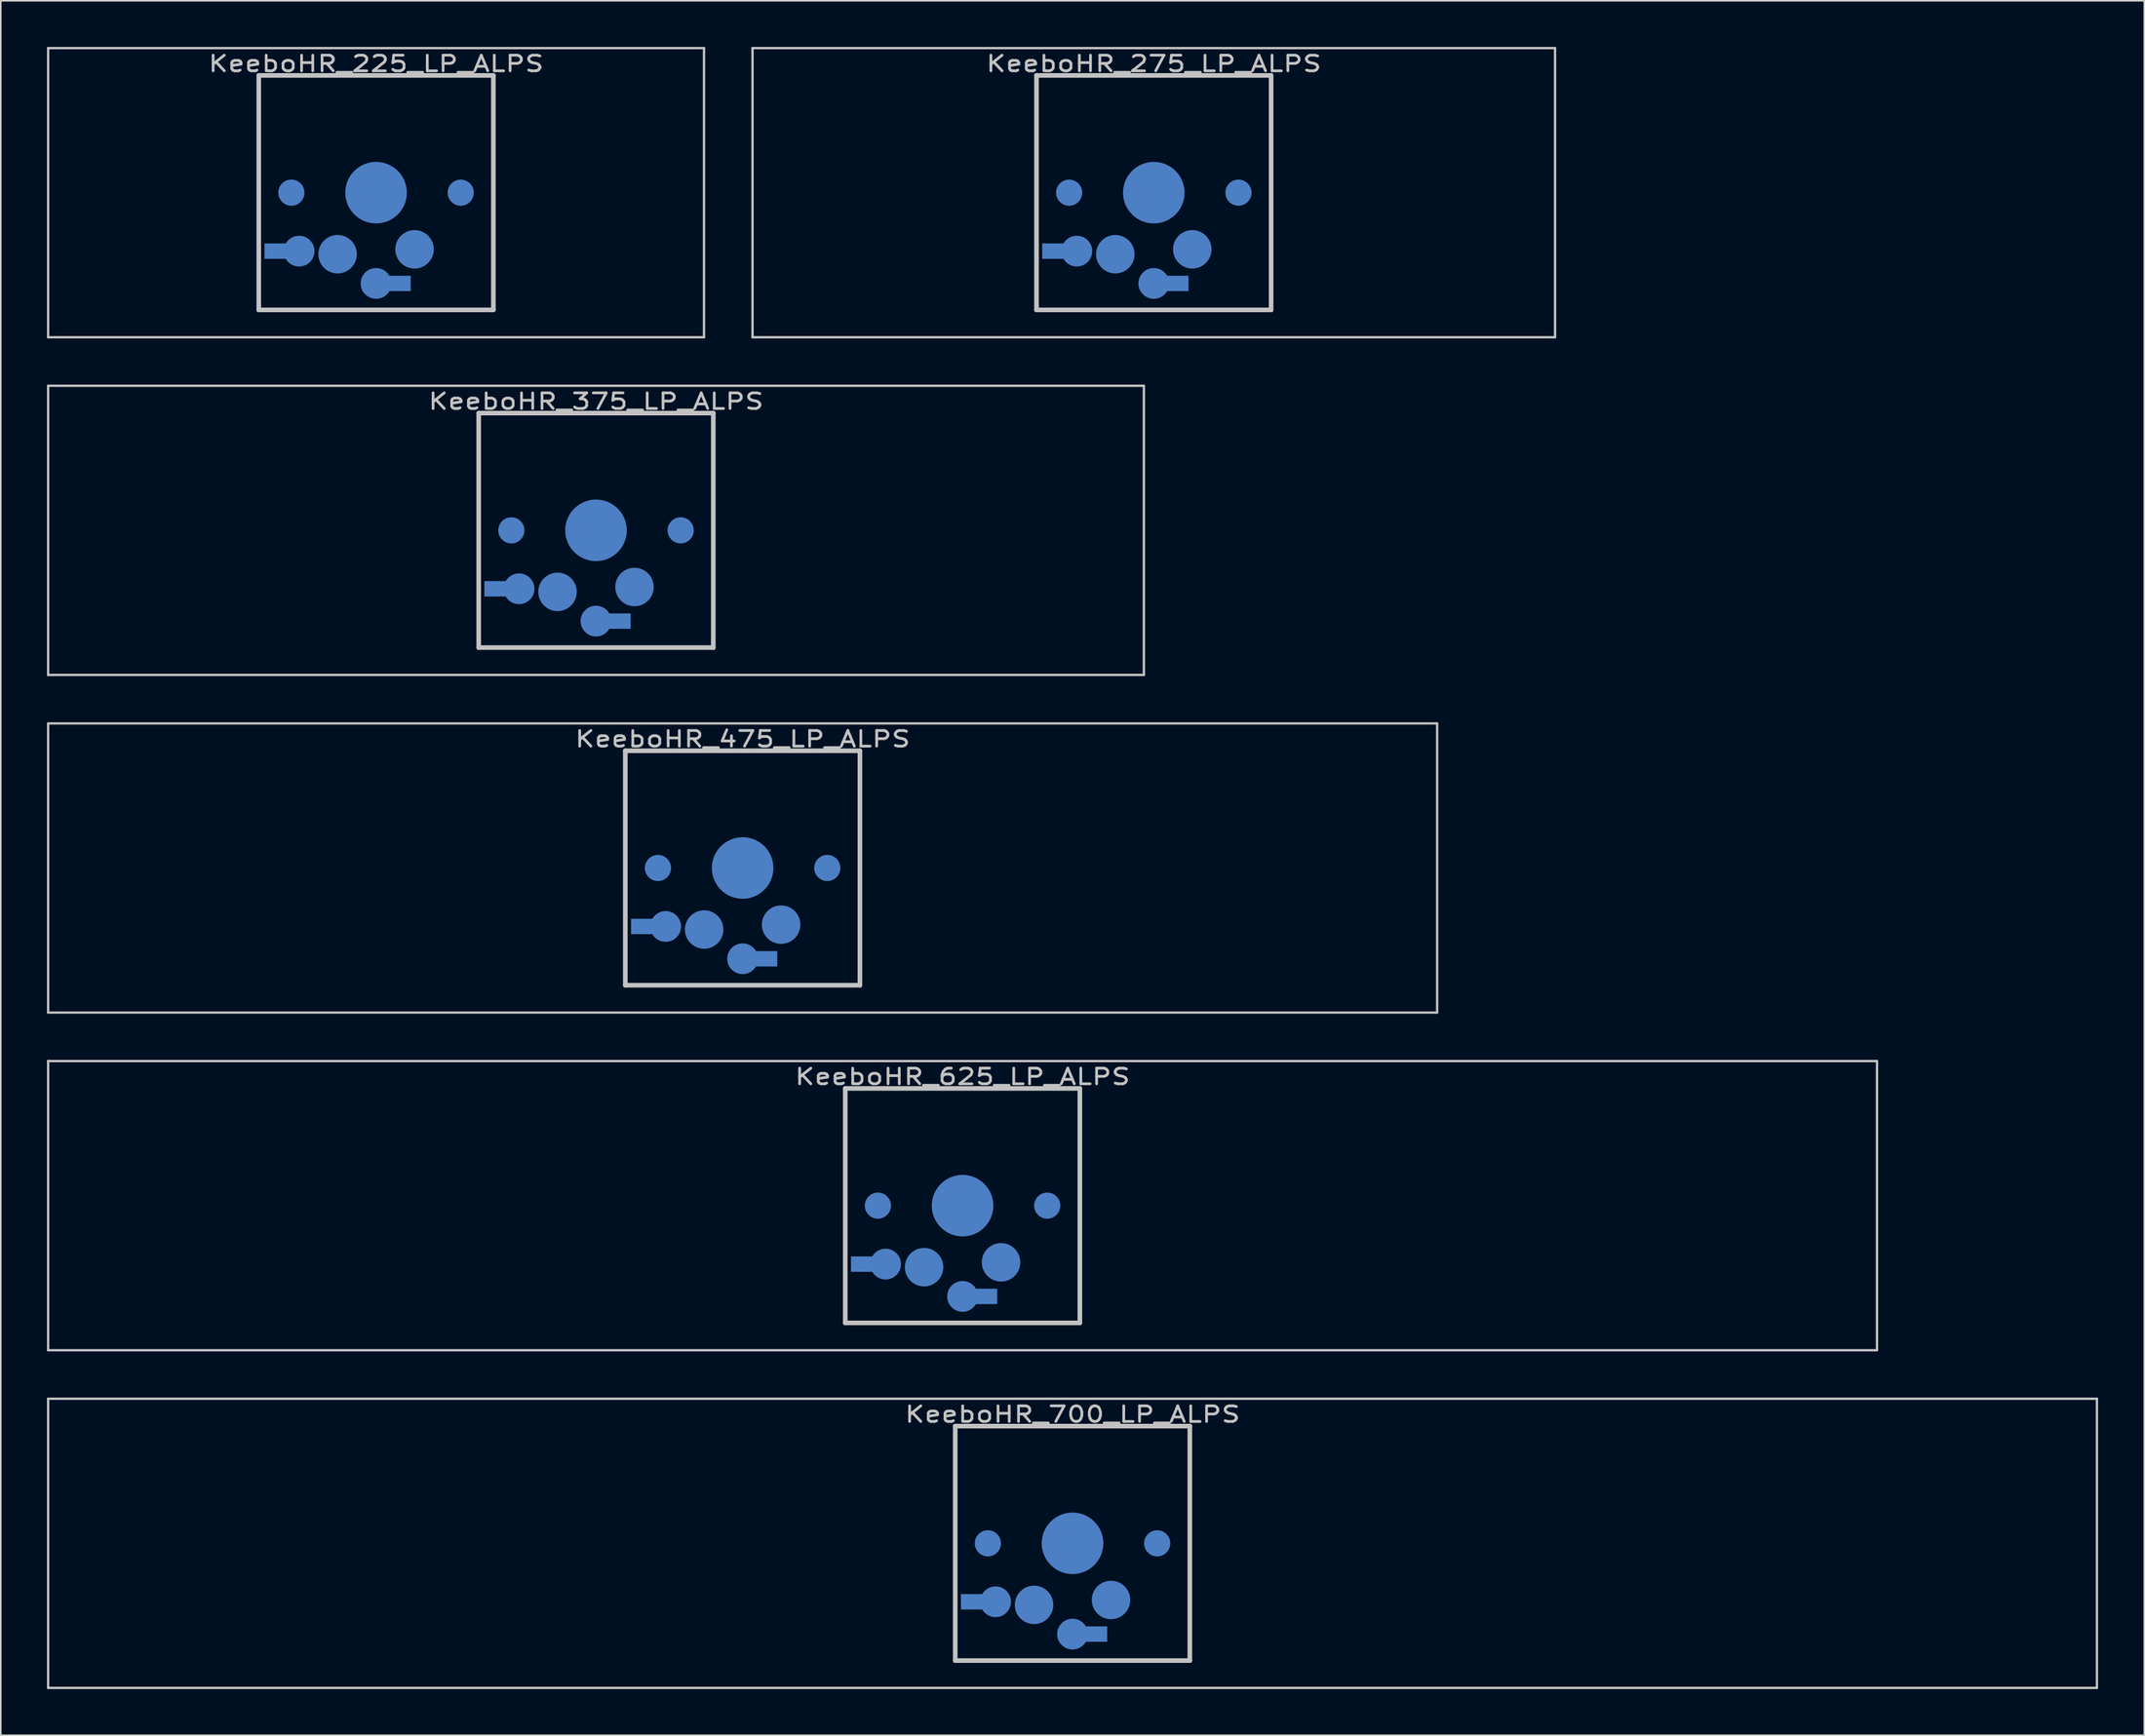
<source format=kicad_pcb>
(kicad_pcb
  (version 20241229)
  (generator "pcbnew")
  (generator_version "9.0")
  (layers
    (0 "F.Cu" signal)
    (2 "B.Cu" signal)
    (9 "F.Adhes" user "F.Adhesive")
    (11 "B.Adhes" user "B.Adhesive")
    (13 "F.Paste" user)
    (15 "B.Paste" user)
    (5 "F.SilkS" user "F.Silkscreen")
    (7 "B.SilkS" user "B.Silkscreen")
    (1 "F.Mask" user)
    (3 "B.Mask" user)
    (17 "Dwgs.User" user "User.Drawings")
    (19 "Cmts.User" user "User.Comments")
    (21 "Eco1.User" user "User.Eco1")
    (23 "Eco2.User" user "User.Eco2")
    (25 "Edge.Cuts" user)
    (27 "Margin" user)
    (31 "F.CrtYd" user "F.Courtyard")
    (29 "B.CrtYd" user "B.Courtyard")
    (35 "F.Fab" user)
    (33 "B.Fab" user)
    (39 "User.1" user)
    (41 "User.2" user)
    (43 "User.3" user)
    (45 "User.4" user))
  (footprint "KeeboHR_625_LP_ALPS"
    (layer "B.Cu")
    (at 59.48 75.319)
    (property "Reference" "KeeboHR_625_LP_ALPS" (at 0 -8.382 0) (layer "Dwgs.User") (effects (font (size 1.016 1.27) (thickness 0.178))))
    (attr through_hole)
    (fp_line (start -59.404 -9.398) (end 59.404 -9.398) (stroke (width 0.152) (type solid)) (layer "Dwgs.User"))
    (fp_line (start -59.404 9.398) (end -59.404 -9.398) (stroke (width 0.152) (type solid)) (layer "Dwgs.User"))
    (fp_line (start -7.62 -7.62) (end 7.62 -7.62) (stroke (width 0.3) (type solid)) (layer "Dwgs.User"))
    (fp_line (start -7.62 7.62) (end -7.62 -7.62) (stroke (width 0.3) (type solid)) (layer "Dwgs.User"))
    (fp_line (start 7.62 -7.62) (end 7.62 7.62) (stroke (width 0.3) (type solid)) (layer "Dwgs.User"))
    (fp_line (start 7.62 7.62) (end -7.62 7.62) (stroke (width 0.3) (type solid)) (layer "Dwgs.User"))
    (fp_line (start 59.404 -9.398) (end 59.404 9.398) (stroke (width 0.152) (type solid)) (layer "Dwgs.User"))
    (fp_line (start 59.404 9.398) (end -59.404 9.398) (stroke (width 0.152) (type solid)) (layer "Dwgs.User"))
    (pad "" smd circle (at -5.5 0) (size 1.7 1.7) (layers "B.Cu" "B.Mask"))
    (pad "" smd circle (at 0 0) (size 4 4) (layers "B.Cu" "B.Mask"))
    (pad "" smd circle (at 5.5 0) (size 1.7 1.7) (layers "B.Cu" "B.Mask"))
    (pad "1" smd circle (at 0 5.9) (size 2 2) (layers "B.Cu" "B.Mask"))
    (pad "1" smd rect (at 1.25 5.9) (size 2 1) (layers "B.Cu" "B.Mask"))
    (pad "1" smd circle (at 2.5 3.683) (size 2.5 2.5) (layers "B.Cu" "B.Mask"))
    (pad "2" smd rect (at -6.25 3.8) (size 2 1) (layers "B.Cu" "B.Mask"))
    (pad "2" smd circle (at -5 3.8) (size 2 2) (layers "B.Cu" "B.Mask"))
    (pad "2" smd circle (at -2.5 4) (size 2.5 2.5) (layers "B.Cu" "B.Mask")))
  (footprint "KeeboHR_475_LP_ALPS"
    (layer "B.Cu")
    (at 45.193 53.371)
    (property "Reference" "KeeboHR_475_LP_ALPS" (at 0 -8.382 0) (layer "Dwgs.User") (effects (font (size 1.016 1.27) (thickness 0.178))))
    (attr through_hole)
    (fp_line (start -45.117 -9.398) (end 45.117 -9.398) (stroke (width 0.152) (type solid)) (layer "Dwgs.User"))
    (fp_line (start -45.117 9.398) (end -45.117 -9.398) (stroke (width 0.152) (type solid)) (layer "Dwgs.User"))
    (fp_line (start -7.62 -7.62) (end 7.62 -7.62) (stroke (width 0.3) (type solid)) (layer "Dwgs.User"))
    (fp_line (start -7.62 7.62) (end -7.62 -7.62) (stroke (width 0.3) (type solid)) (layer "Dwgs.User"))
    (fp_line (start 7.62 -7.62) (end 7.62 7.62) (stroke (width 0.3) (type solid)) (layer "Dwgs.User"))
    (fp_line (start 7.62 7.62) (end -7.62 7.62) (stroke (width 0.3) (type solid)) (layer "Dwgs.User"))
    (fp_line (start 45.117 -9.398) (end 45.117 9.398) (stroke (width 0.152) (type solid)) (layer "Dwgs.User"))
    (fp_line (start 45.117 9.398) (end -45.117 9.398) (stroke (width 0.152) (type solid)) (layer "Dwgs.User"))
    (pad "" smd circle (at -5.5 0) (size 1.7 1.7) (layers "B.Cu" "B.Mask"))
    (pad "" smd circle (at 0 0) (size 4 4) (layers "B.Cu" "B.Mask"))
    (pad "" smd circle (at 5.5 0) (size 1.7 1.7) (layers "B.Cu" "B.Mask"))
    (pad "1" smd circle (at 0 5.9) (size 2 2) (layers "B.Cu" "B.Mask"))
    (pad "1" smd rect (at 1.25 5.9) (size 2 1) (layers "B.Cu" "B.Mask"))
    (pad "1" smd circle (at 2.5 3.683) (size 2.5 2.5) (layers "B.Cu" "B.Mask"))
    (pad "2" smd rect (at -6.25 3.8) (size 2 1) (layers "B.Cu" "B.Mask"))
    (pad "2" smd circle (at -5 3.8) (size 2 2) (layers "B.Cu" "B.Mask"))
    (pad "2" smd circle (at -2.5 4) (size 2.5 2.5) (layers "B.Cu" "B.Mask")))
  (footprint "KeeboHR_225_LP_ALPS"
    (layer "B.Cu")
    (at 21.38 9.474)
    (property "Reference" "KeeboHR_225_LP_ALPS" (at 0 -8.382 0) (layer "Dwgs.User") (effects (font (size 1.016 1.27) (thickness 0.178))))
    (attr through_hole)
    (fp_line (start -21.304 -9.398) (end 21.304 -9.398) (stroke (width 0.152) (type solid)) (layer "Dwgs.User"))
    (fp_line (start -21.304 9.398) (end -21.304 -9.398) (stroke (width 0.152) (type solid)) (layer "Dwgs.User"))
    (fp_line (start -7.62 -7.62) (end 7.62 -7.62) (stroke (width 0.3) (type solid)) (layer "Dwgs.User"))
    (fp_line (start -7.62 7.62) (end -7.62 -7.62) (stroke (width 0.3) (type solid)) (layer "Dwgs.User"))
    (fp_line (start 7.62 -7.62) (end 7.62 7.62) (stroke (width 0.3) (type solid)) (layer "Dwgs.User"))
    (fp_line (start 7.62 7.62) (end -7.62 7.62) (stroke (width 0.3) (type solid)) (layer "Dwgs.User"))
    (fp_line (start 21.304 -9.398) (end 21.304 9.398) (stroke (width 0.152) (type solid)) (layer "Dwgs.User"))
    (fp_line (start 21.304 9.398) (end -21.304 9.398) (stroke (width 0.152) (type solid)) (layer "Dwgs.User"))
    (pad "" smd circle (at -5.5 0) (size 1.7 1.7) (layers "B.Cu" "B.Mask"))
    (pad "" smd circle (at 0 0) (size 4 4) (layers "B.Cu" "B.Mask"))
    (pad "" smd circle (at 5.5 0) (size 1.7 1.7) (layers "B.Cu" "B.Mask"))
    (pad "1" smd circle (at 0 5.9) (size 2 2) (layers "B.Cu" "B.Mask"))
    (pad "1" smd rect (at 1.25 5.9) (size 2 1) (layers "B.Cu" "B.Mask"))
    (pad "1" smd circle (at 2.5 3.683) (size 2.5 2.5) (layers "B.Cu" "B.Mask"))
    (pad "2" smd rect (at -6.25 3.8) (size 2 1) (layers "B.Cu" "B.Mask"))
    (pad "2" smd circle (at -5 3.8) (size 2 2) (layers "B.Cu" "B.Mask"))
    (pad "2" smd circle (at -2.5 4) (size 2.5 2.5) (layers "B.Cu" "B.Mask")))
  (footprint "KeeboHR_375_LP_ALPS"
    (layer "B.Cu")
    (at 35.668 31.423)
    (property "Reference" "KeeboHR_375_LP_ALPS" (at 0 -8.382 0) (layer "Dwgs.User") (effects (font (size 1.016 1.27) (thickness 0.178))))
    (attr through_hole)
    (fp_line (start -35.592 -9.398) (end 35.592 -9.398) (stroke (width 0.152) (type solid)) (layer "Dwgs.User"))
    (fp_line (start -35.592 9.398) (end -35.592 -9.398) (stroke (width 0.152) (type solid)) (layer "Dwgs.User"))
    (fp_line (start -7.62 -7.62) (end 7.62 -7.62) (stroke (width 0.3) (type solid)) (layer "Dwgs.User"))
    (fp_line (start -7.62 7.62) (end -7.62 -7.62) (stroke (width 0.3) (type solid)) (layer "Dwgs.User"))
    (fp_line (start 7.62 -7.62) (end 7.62 7.62) (stroke (width 0.3) (type solid)) (layer "Dwgs.User"))
    (fp_line (start 7.62 7.62) (end -7.62 7.62) (stroke (width 0.3) (type solid)) (layer "Dwgs.User"))
    (fp_line (start 35.592 -9.398) (end 35.592 9.398) (stroke (width 0.152) (type solid)) (layer "Dwgs.User"))
    (fp_line (start 35.592 9.398) (end -35.592 9.398) (stroke (width 0.152) (type solid)) (layer "Dwgs.User"))
    (pad "" smd circle (at -5.5 0) (size 1.7 1.7) (layers "B.Cu" "B.Mask"))
    (pad "" smd circle (at 0 0) (size 4 4) (layers "B.Cu" "B.Mask"))
    (pad "" smd circle (at 5.5 0) (size 1.7 1.7) (layers "B.Cu" "B.Mask"))
    (pad "1" smd circle (at 0 5.9) (size 2 2) (layers "B.Cu" "B.Mask"))
    (pad "1" smd rect (at 1.25 5.9) (size 2 1) (layers "B.Cu" "B.Mask"))
    (pad "1" smd circle (at 2.5 3.683) (size 2.5 2.5) (layers "B.Cu" "B.Mask"))
    (pad "2" smd rect (at -6.25 3.8) (size 2 1) (layers "B.Cu" "B.Mask"))
    (pad "2" smd circle (at -5 3.8) (size 2 2) (layers "B.Cu" "B.Mask"))
    (pad "2" smd circle (at -2.5 4) (size 2.5 2.5) (layers "B.Cu" "B.Mask")))
  (footprint "KeeboHR_275_LP_ALPS"
    (layer "B.Cu")
    (at 71.904 9.474)
    (property "Reference" "KeeboHR_275_LP_ALPS" (at 0 -8.382 0) (layer "Dwgs.User") (effects (font (size 1.016 1.27) (thickness 0.178))))
    (attr through_hole)
    (fp_line (start -26.067 -9.398) (end 26.067 -9.398) (stroke (width 0.152) (type solid)) (layer "Dwgs.User"))
    (fp_line (start -26.067 9.398) (end -26.067 -9.398) (stroke (width 0.152) (type solid)) (layer "Dwgs.User"))
    (fp_line (start -7.62 -7.62) (end 7.62 -7.62) (stroke (width 0.3) (type solid)) (layer "Dwgs.User"))
    (fp_line (start -7.62 7.62) (end -7.62 -7.62) (stroke (width 0.3) (type solid)) (layer "Dwgs.User"))
    (fp_line (start 7.62 -7.62) (end 7.62 7.62) (stroke (width 0.3) (type solid)) (layer "Dwgs.User"))
    (fp_line (start 7.62 7.62) (end -7.62 7.62) (stroke (width 0.3) (type solid)) (layer "Dwgs.User"))
    (fp_line (start 26.067 -9.398) (end 26.067 9.398) (stroke (width 0.152) (type solid)) (layer "Dwgs.User"))
    (fp_line (start 26.067 9.398) (end -26.067 9.398) (stroke (width 0.152) (type solid)) (layer "Dwgs.User"))
    (pad "" smd circle (at -5.5 0) (size 1.7 1.7) (layers "B.Cu" "B.Mask"))
    (pad "" smd circle (at 0 0) (size 4 4) (layers "B.Cu" "B.Mask"))
    (pad "" smd circle (at 5.5 0) (size 1.7 1.7) (layers "B.Cu" "B.Mask"))
    (pad "1" smd circle (at 0 5.9) (size 2 2) (layers "B.Cu" "B.Mask"))
    (pad "1" smd rect (at 1.25 5.9) (size 2 1) (layers "B.Cu" "B.Mask"))
    (pad "1" smd circle (at 2.5 3.683) (size 2.5 2.5) (layers "B.Cu" "B.Mask"))
    (pad "2" smd rect (at -6.25 3.8) (size 2 1) (layers "B.Cu" "B.Mask"))
    (pad "2" smd circle (at -5 3.8) (size 2 2) (layers "B.Cu" "B.Mask"))
    (pad "2" smd circle (at -2.5 4) (size 2.5 2.5) (layers "B.Cu" "B.Mask")))
  (footprint "KeeboHR_700_LP_ALPS"
    (layer "B.Cu")
    (at 66.624 97.268)
    (property "Reference" "KeeboHR_700_LP_ALPS" (at 0 -8.382 0) (layer "Dwgs.User") (effects (font (size 1.016 1.27) (thickness 0.178))))
    (attr through_hole)
    (fp_line (start -66.548 -9.398) (end 66.548 -9.398) (stroke (width 0.152) (type solid)) (layer "Dwgs.User"))
    (fp_line (start -66.548 9.398) (end -66.548 -9.398) (stroke (width 0.152) (type solid)) (layer "Dwgs.User"))
    (fp_line (start -7.62 -7.62) (end 7.62 -7.62) (stroke (width 0.3) (type solid)) (layer "Dwgs.User"))
    (fp_line (start -7.62 7.62) (end -7.62 -7.62) (stroke (width 0.3) (type solid)) (layer "Dwgs.User"))
    (fp_line (start 7.62 -7.62) (end 7.62 7.62) (stroke (width 0.3) (type solid)) (layer "Dwgs.User"))
    (fp_line (start 7.62 7.62) (end -7.62 7.62) (stroke (width 0.3) (type solid)) (layer "Dwgs.User"))
    (fp_line (start 66.548 -9.398) (end 66.548 9.398) (stroke (width 0.152) (type solid)) (layer "Dwgs.User"))
    (fp_line (start 66.548 9.398) (end -66.548 9.398) (stroke (width 0.152) (type solid)) (layer "Dwgs.User"))
    (pad "" smd circle (at -5.5 0) (size 1.7 1.7) (layers "B.Cu" "B.Mask"))
    (pad "" smd circle (at 0 0) (size 4 4) (layers "B.Cu" "B.Mask"))
    (pad "" smd circle (at 5.5 0) (size 1.7 1.7) (layers "B.Cu" "B.Mask"))
    (pad "1" smd circle (at 0 5.9) (size 2 2) (layers "B.Cu" "B.Mask"))
    (pad "1" smd rect (at 1.25 5.9) (size 2 1) (layers "B.Cu" "B.Mask"))
    (pad "1" smd circle (at 2.5 3.683) (size 2.5 2.5) (layers "B.Cu" "B.Mask"))
    (pad "2" smd rect (at -6.25 3.8) (size 2 1) (layers "B.Cu" "B.Mask"))
    (pad "2" smd circle (at -5 3.8) (size 2 2) (layers "B.Cu" "B.Mask"))
    (pad "2" smd circle (at -2.5 4) (size 2.5 2.5) (layers "B.Cu" "B.Mask")))
  (gr_rect
    (start -3 -3)
    (end 136.248 109.742)
    (stroke (width 0.1) (type default))
    (fill no)
    (layer "Edge.Cuts")))
</source>
